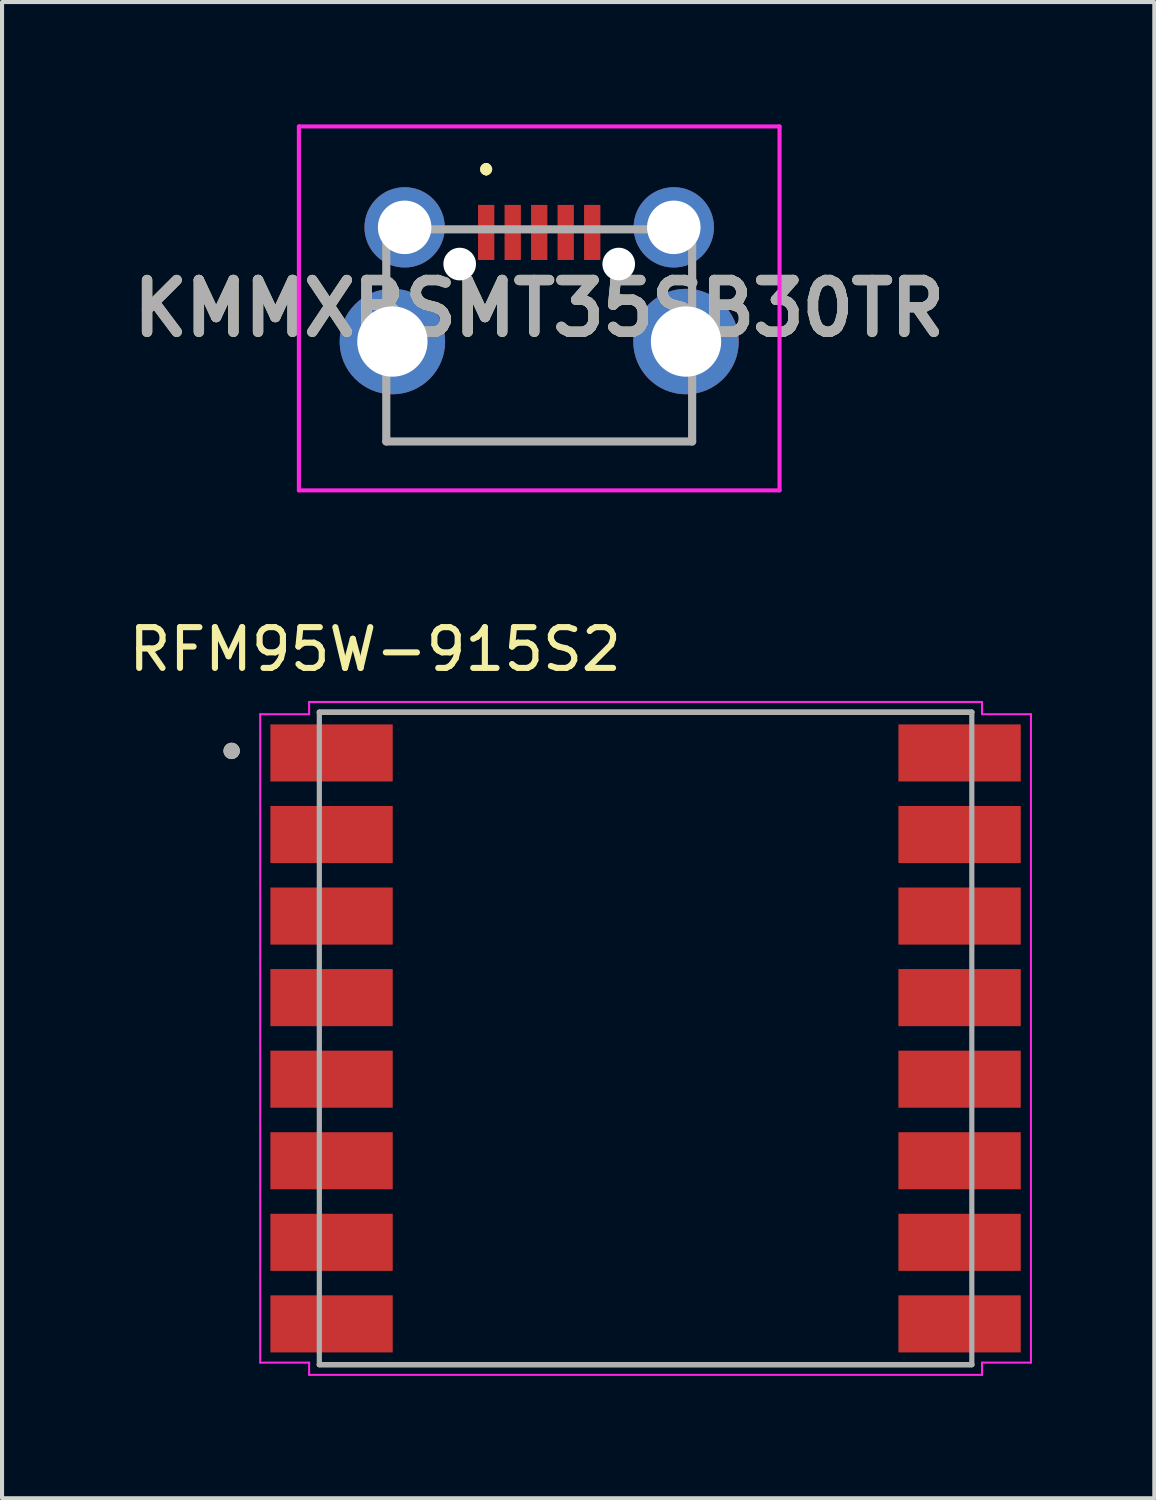
<source format=kicad_pcb>
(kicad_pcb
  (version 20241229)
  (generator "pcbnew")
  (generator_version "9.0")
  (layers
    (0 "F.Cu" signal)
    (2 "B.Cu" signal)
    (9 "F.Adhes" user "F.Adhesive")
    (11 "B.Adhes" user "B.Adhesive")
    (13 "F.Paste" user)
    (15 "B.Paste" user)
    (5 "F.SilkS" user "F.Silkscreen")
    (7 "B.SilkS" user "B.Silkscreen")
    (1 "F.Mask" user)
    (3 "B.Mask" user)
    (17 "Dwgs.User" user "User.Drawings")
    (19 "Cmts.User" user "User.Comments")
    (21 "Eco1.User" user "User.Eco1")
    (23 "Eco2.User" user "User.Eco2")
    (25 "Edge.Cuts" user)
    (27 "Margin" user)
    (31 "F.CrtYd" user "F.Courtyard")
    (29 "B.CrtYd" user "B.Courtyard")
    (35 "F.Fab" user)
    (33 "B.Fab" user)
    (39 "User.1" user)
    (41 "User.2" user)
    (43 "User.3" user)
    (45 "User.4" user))
  (footprint "RFM95W-915S2"
    (layer "F.Cu")
    (at 12.78 22.413)
    (property "Reference" "RFM95W-915S2" (at -6.631 -9.54 0) (layer "F.SilkS") (effects (font (size 1 1) (thickness 0.15))))
    (attr smd)
    (fp_line (start -8 -8) (end 8 -8) (stroke (width 0.127) (type solid)) (layer "F.SilkS"))
    (fp_line (start -8 8) (end 8 8) (stroke (width 0.127) (type solid)) (layer "F.SilkS"))
    (fp_circle (center -10.15 -7.05) (end -10.05 -7.05) (stroke (width 0.2) (type solid)) (fill no) (layer "F.SilkS"))
    (fp_line (start -9.45 -7.95) (end -8.25 -7.95) (stroke (width 0.05) (type solid)) (layer "F.CrtYd"))
    (fp_line (start -9.45 7.95) (end -9.45 -7.95) (stroke (width 0.05) (type solid)) (layer "F.CrtYd"))
    (fp_line (start -8.25 -8.25) (end 8.25 -8.25) (stroke (width 0.05) (type solid)) (layer "F.CrtYd"))
    (fp_line (start -8.25 -7.95) (end -8.25 -8.25) (stroke (width 0.05) (type solid)) (layer "F.CrtYd"))
    (fp_line (start -8.25 7.95) (end -9.45 7.95) (stroke (width 0.05) (type solid)) (layer "F.CrtYd"))
    (fp_line (start -8.25 8.25) (end -8.25 7.95) (stroke (width 0.05) (type solid)) (layer "F.CrtYd"))
    (fp_line (start 8.25 -8.25) (end 8.25 -7.95) (stroke (width 0.05) (type solid)) (layer "F.CrtYd"))
    (fp_line (start 8.25 -7.95) (end 9.45 -7.95) (stroke (width 0.05) (type solid)) (layer "F.CrtYd"))
    (fp_line (start 8.25 7.95) (end 8.25 8.25) (stroke (width 0.05) (type solid)) (layer "F.CrtYd"))
    (fp_line (start 8.25 8.25) (end -8.25 8.25) (stroke (width 0.05) (type solid)) (layer "F.CrtYd"))
    (fp_line (start 9.45 -7.95) (end 9.45 7.95) (stroke (width 0.05) (type solid)) (layer "F.CrtYd"))
    (fp_line (start 9.45 7.95) (end 8.25 7.95) (stroke (width 0.05) (type solid)) (layer "F.CrtYd"))
    (fp_line (start -8 -8) (end 8 -8) (stroke (width 0.127) (type solid)) (layer "F.Fab"))
    (fp_line (start -8 8) (end -8 -8) (stroke (width 0.127) (type solid)) (layer "F.Fab"))
    (fp_line (start 8 -8) (end 8 8) (stroke (width 0.127) (type solid)) (layer "F.Fab"))
    (fp_line (start 8 8) (end -8 8) (stroke (width 0.127) (type solid)) (layer "F.Fab"))
    (fp_circle (center -10.15 -7.05) (end -10.05 -7.05) (stroke (width 0.2) (type solid)) (fill no) (layer "F.Fab"))
    (pad "1" smd rect (at -7.7 -7) (size 3 1.4) (layers "F.Cu" "F.Mask" "F.Paste"))
    (pad "2" smd rect (at -7.7 -5) (size 3 1.4) (layers "F.Cu" "F.Mask" "F.Paste"))
    (pad "3" smd rect (at -7.7 -3) (size 3 1.4) (layers "F.Cu" "F.Mask" "F.Paste"))
    (pad "4" smd rect (at -7.7 -1) (size 3 1.4) (layers "F.Cu" "F.Mask" "F.Paste"))
    (pad "5" smd rect (at -7.7 1) (size 3 1.4) (layers "F.Cu" "F.Mask" "F.Paste"))
    (pad "6" smd rect (at -7.7 3) (size 3 1.4) (layers "F.Cu" "F.Mask" "F.Paste"))
    (pad "7" smd rect (at -7.7 5) (size 3 1.4) (layers "F.Cu" "F.Mask" "F.Paste"))
    (pad "8" smd rect (at -7.7 7) (size 3 1.4) (layers "F.Cu" "F.Mask" "F.Paste"))
    (pad "9" smd rect (at 7.7 7) (size 3 1.4) (layers "F.Cu" "F.Mask" "F.Paste"))
    (pad "10" smd rect (at 7.7 5) (size 3 1.4) (layers "F.Cu" "F.Mask" "F.Paste"))
    (pad "11" smd rect (at 7.7 3) (size 3 1.4) (layers "F.Cu" "F.Mask" "F.Paste"))
    (pad "12" smd rect (at 7.7 1) (size 3 1.4) (layers "F.Cu" "F.Mask" "F.Paste"))
    (pad "13" smd rect (at 7.7 -1) (size 3 1.4) (layers "F.Cu" "F.Mask" "F.Paste"))
    (pad "14" smd rect (at 7.7 -3) (size 3 1.4) (layers "F.Cu" "F.Mask" "F.Paste"))
    (pad "15" smd rect (at 7.7 -5) (size 3 1.4) (layers "F.Cu" "F.Mask" "F.Paste"))
    (pad "16" smd rect (at 7.7 -7) (size 3 1.4) (layers "F.Cu" "F.Mask" "F.Paste")))
  (footprint "KMMXBSMT35SB30TR"
    (layer "F.Cu")
    (at 10.172 5.325)
    (property "Reference" "KMMXBSMT35SB30TR" (at 0 -0.813 0) (layer "F.SilkS") (effects (font (size 1.27 1.27) (thickness 0.254))))
    (attr through_hole)
    (fp_line (start -3.75 2) (end -3.75 2.45) (stroke (width 0.1) (type solid)) (layer "F.SilkS"))
    (fp_line (start -3.75 2.45) (end 3.75 2.45) (stroke (width 0.1) (type solid)) (layer "F.SilkS"))
    (fp_line (start -1.3 -4.275) (end -1.3 -4.275) (stroke (width 0.2) (type solid)) (layer "F.SilkS"))
    (fp_line (start -1.3 -4.275) (end -1.3 -4.275) (stroke (width 0.2) (type solid)) (layer "F.SilkS"))
    (fp_line (start -1.3 -4.175) (end -1.3 -4.175) (stroke (width 0.2) (type solid)) (layer "F.SilkS"))
    (fp_line (start 3.75 2.45) (end 3.75 2) (stroke (width 0.1) (type solid)) (layer "F.SilkS"))
    (fp_arc (start -1.3 -4.275) (mid -1.25 -4.225) (end -1.3 -4.175) (stroke (width 0.2) (type solid)) (layer "F.SilkS"))
    (fp_arc (start -1.3 -4.175) (mid -1.35 -4.225) (end -1.3 -4.275) (stroke (width 0.2) (type solid)) (layer "F.SilkS"))
    (fp_arc (start -1.3 -4.175) (mid -1.35 -4.225) (end -1.3 -4.275) (stroke (width 0.2) (type solid)) (layer "F.SilkS"))
    (fp_line (start -5.893 -5.275) (end 5.893 -5.275) (stroke (width 0.1) (type solid)) (layer "F.CrtYd"))
    (fp_line (start -5.893 3.649) (end -5.893 -5.275) (stroke (width 0.1) (type solid)) (layer "F.CrtYd"))
    (fp_line (start 5.893 -5.275) (end 5.893 3.649) (stroke (width 0.1) (type solid)) (layer "F.CrtYd"))
    (fp_line (start 5.893 3.649) (end -5.893 3.649) (stroke (width 0.1) (type solid)) (layer "F.CrtYd"))
    (fp_line (start -3.75 -2.751) (end -3.75 2.45) (stroke (width 0.2) (type solid)) (layer "F.Fab"))
    (fp_line (start -3.75 2.45) (end 3.75 2.45) (stroke (width 0.2) (type solid)) (layer "F.Fab"))
    (fp_line (start 3.75 -2.751) (end -3.75 -2.751) (stroke (width 0.2) (type solid)) (layer "F.Fab"))
    (fp_line (start 3.75 2.45) (end 3.75 -2.751) (stroke (width 0.2) (type solid)) (layer "F.Fab"))
    (fp_text user "${REFERENCE}" (at 0 -0.813 0) (layer "F.Fab") (effects (font (size 1.27 1.27) (thickness 0.254))))
    (pad "" np_thru_hole circle (at -1.95 -1.9) (size 0.8 0.8) (drill 0.8) (layers "*.Cu" "*.Mask"))
    (pad "" np_thru_hole circle (at 1.95 -1.9) (size 0.8 0.8) (drill 0.8) (layers "*.Cu" "*.Mask"))
    (pad "1" smd rect (at -1.3 -2.675) (size 0.4 1.35) (layers "F.Cu" "F.Mask" "F.Paste"))
    (pad "2" smd rect (at -0.65 -2.675) (size 0.4 1.35) (layers "F.Cu" "F.Mask" "F.Paste"))
    (pad "3" smd rect (at 0 -2.675) (size 0.4 1.35) (layers "F.Cu" "F.Mask" "F.Paste"))
    (pad "4" smd rect (at 0.65 -2.675) (size 0.4 1.35) (layers "F.Cu" "F.Mask" "F.Paste"))
    (pad "5" smd rect (at 1.3 -2.675) (size 0.4 1.35) (layers "F.Cu" "F.Mask" "F.Paste"))
    (pad "MH1" thru_hole circle (at -3.6 0) (size 2.586 2.586) (drill 1.724) (layers "*.Cu" "*.Mask"))
    (pad "MH2" thru_hole circle (at 3.6 0) (size 2.586 2.586) (drill 1.724) (layers "*.Cu" "*.Mask"))
    (pad "MH3" thru_hole circle (at -3.3 -2.8) (size 1.969 1.969) (drill 1.312) (layers "*.Cu" "*.Mask"))
    (pad "MH4" thru_hole circle (at 3.3 -2.8) (size 1.969 1.969) (drill 1.312) (layers "*.Cu" "*.Mask")))
  (gr_rect
    (start -3 -3)
    (end 25.255 33.688)
    (stroke (width 0.1) (type default))
    (fill no)
    (layer "Edge.Cuts")))
</source>
